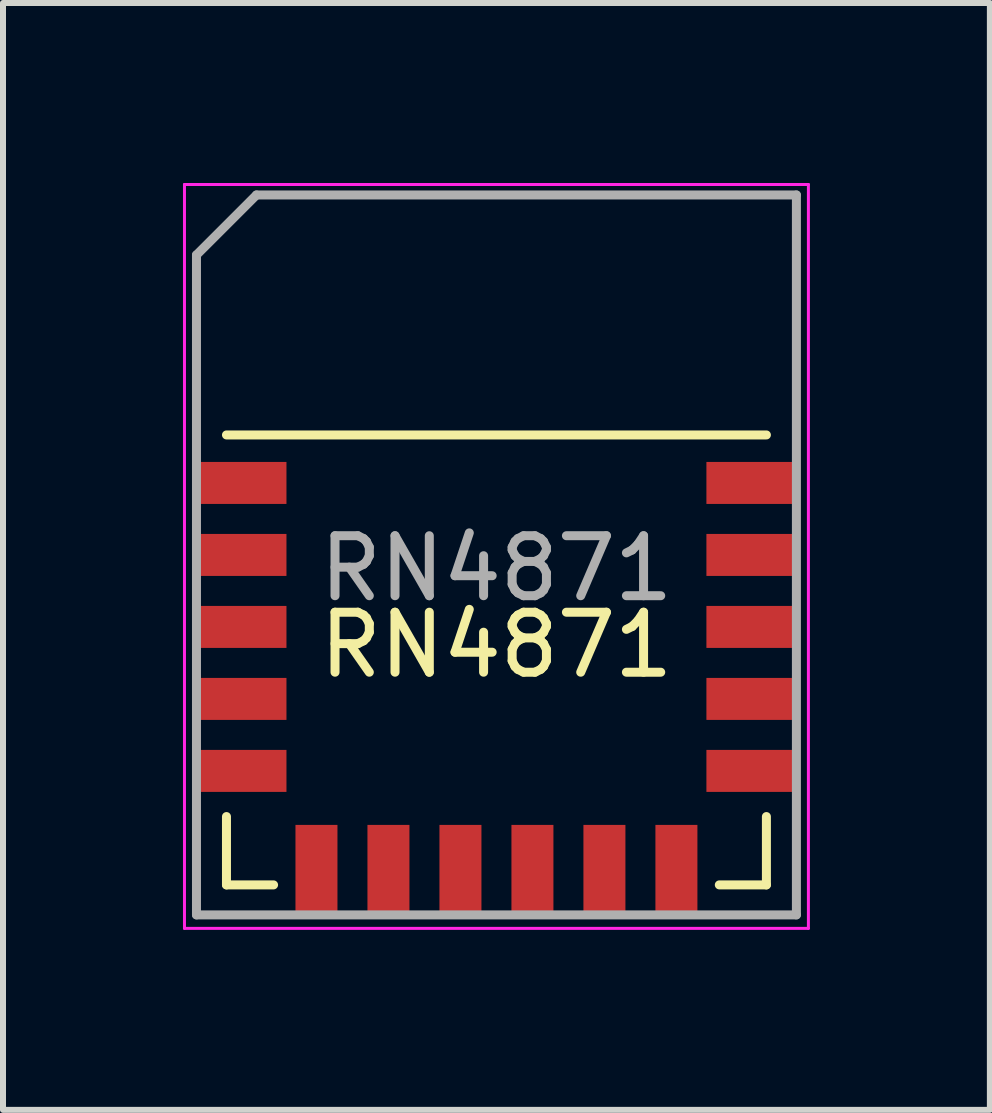
<source format=kicad_pcb>
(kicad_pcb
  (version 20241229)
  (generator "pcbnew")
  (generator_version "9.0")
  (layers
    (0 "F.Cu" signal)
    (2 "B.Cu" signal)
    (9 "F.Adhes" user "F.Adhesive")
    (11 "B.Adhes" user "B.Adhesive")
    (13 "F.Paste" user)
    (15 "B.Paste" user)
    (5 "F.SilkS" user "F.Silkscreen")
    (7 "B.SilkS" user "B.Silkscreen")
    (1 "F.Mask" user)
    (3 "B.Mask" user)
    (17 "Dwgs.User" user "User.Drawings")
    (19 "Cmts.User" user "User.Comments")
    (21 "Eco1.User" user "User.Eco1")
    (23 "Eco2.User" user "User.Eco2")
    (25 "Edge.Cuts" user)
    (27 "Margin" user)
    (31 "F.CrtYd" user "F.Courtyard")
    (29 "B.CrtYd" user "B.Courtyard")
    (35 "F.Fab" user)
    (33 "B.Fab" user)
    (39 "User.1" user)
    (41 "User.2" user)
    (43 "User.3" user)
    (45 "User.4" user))
  (footprint "RN4871"
    (layer "F.Cu")
    (at 5.225 8.425)
    (property "Reference" "RN4871" (at 0 -0.725 0) (layer "F.SilkS") (effects (font (size 1 1) (thickness 0.15))))
    (attr smd)
    (fp_line (start -4.5 -4.225) (end 4.5 -4.225) (stroke (width 0.15) (type solid)) (layer "F.SilkS"))
    (fp_line (start -4.5 3.275) (end -4.5 2.136) (stroke (width 0.15) (type solid)) (layer "F.SilkS"))
    (fp_line (start -4.5 3.275) (end -3.715 3.275) (stroke (width 0.15) (type solid)) (layer "F.SilkS"))
    (fp_line (start 4.5 3.275) (end 3.715 3.275) (stroke (width 0.15) (type solid)) (layer "F.SilkS"))
    (fp_line (start 4.5 3.275) (end 4.5 2.136) (stroke (width 0.15) (type solid)) (layer "F.SilkS"))
    (fp_line (start -5.2 -8.4) (end 5.2 -8.4) (stroke (width 0.05) (type solid)) (layer "F.CrtYd"))
    (fp_line (start -5.2 4) (end -5.2 -8.4) (stroke (width 0.05) (type solid)) (layer "F.CrtYd"))
    (fp_line (start 5.2 -8.4) (end 5.2 4) (stroke (width 0.05) (type solid)) (layer "F.CrtYd"))
    (fp_line (start 5.2 4) (end -5.2 4) (stroke (width 0.05) (type solid)) (layer "F.CrtYd"))
    (fp_line (start -5 -7.225) (end -4 -8.225) (stroke (width 0.15) (type solid)) (layer "F.Fab"))
    (fp_line (start -5 3.775) (end -5 -7.225) (stroke (width 0.15) (type solid)) (layer "F.Fab"))
    (fp_line (start -4 -8.225) (end 5 -8.225) (stroke (width 0.15) (type solid)) (layer "F.Fab"))
    (fp_line (start 5 -8.225) (end 5 3.775) (stroke (width 0.15) (type solid)) (layer "F.Fab"))
    (fp_line (start 5 3.775) (end -5 3.775) (stroke (width 0.15) (type solid)) (layer "F.Fab"))
    (fp_text user "${REFERENCE}" (at 0 -2 0) (layer "F.Fab") (effects (font (size 1 1) (thickness 0.15))))
    (pad "1" smd rect (at -4.25 -3.425 90) (size 0.7 1.5) (layers "F.Cu" "F.Mask" "F.Paste"))
    (pad "2" smd rect (at -4.25 -2.225 90) (size 0.7 1.5) (layers "F.Cu" "F.Mask" "F.Paste"))
    (pad "3" smd rect (at -4.25 -1.025 90) (size 0.7 1.5) (layers "F.Cu" "F.Mask" "F.Paste"))
    (pad "4" smd rect (at -4.25 0.175 90) (size 0.7 1.5) (layers "F.Cu" "F.Mask" "F.Paste"))
    (pad "5" smd rect (at -4.25 1.375 90) (size 0.7 1.5) (layers "F.Cu" "F.Mask" "F.Paste"))
    (pad "6" smd rect (at -3 3.025) (size 0.7 1.5) (layers "F.Cu" "F.Mask" "F.Paste"))
    (pad "7" smd rect (at -1.8 3.025) (size 0.7 1.5) (layers "F.Cu" "F.Mask" "F.Paste"))
    (pad "8" smd rect (at -0.6 3.025) (size 0.7 1.5) (layers "F.Cu" "F.Mask" "F.Paste"))
    (pad "9" smd rect (at 0.6 3.025) (size 0.7 1.5) (layers "F.Cu" "F.Mask" "F.Paste"))
    (pad "10" smd rect (at 1.8 3.025) (size 0.7 1.5) (layers "F.Cu" "F.Mask" "F.Paste"))
    (pad "11" smd rect (at 3 3.025) (size 0.7 1.5) (layers "F.Cu" "F.Mask" "F.Paste"))
    (pad "12" smd rect (at 4.25 1.375 90) (size 0.7 1.5) (layers "F.Cu" "F.Mask" "F.Paste"))
    (pad "13" smd rect (at 4.25 0.175 90) (size 0.7 1.5) (layers "F.Cu" "F.Mask" "F.Paste"))
    (pad "14" smd rect (at 4.25 -1.025 90) (size 0.7 1.5) (layers "F.Cu" "F.Mask" "F.Paste"))
    (pad "15" smd rect (at 4.25 -2.225 90) (size 0.7 1.5) (layers "F.Cu" "F.Mask" "F.Paste"))
    (pad "16" smd rect (at 4.25 -3.425 90) (size 0.7 1.5) (layers "F.Cu" "F.Mask" "F.Paste")))
  (gr_rect
    (start -3 -3)
    (end 13.45 15.45)
    (stroke (width 0.1) (type default))
    (fill no)
    (layer "Edge.Cuts")))
</source>
